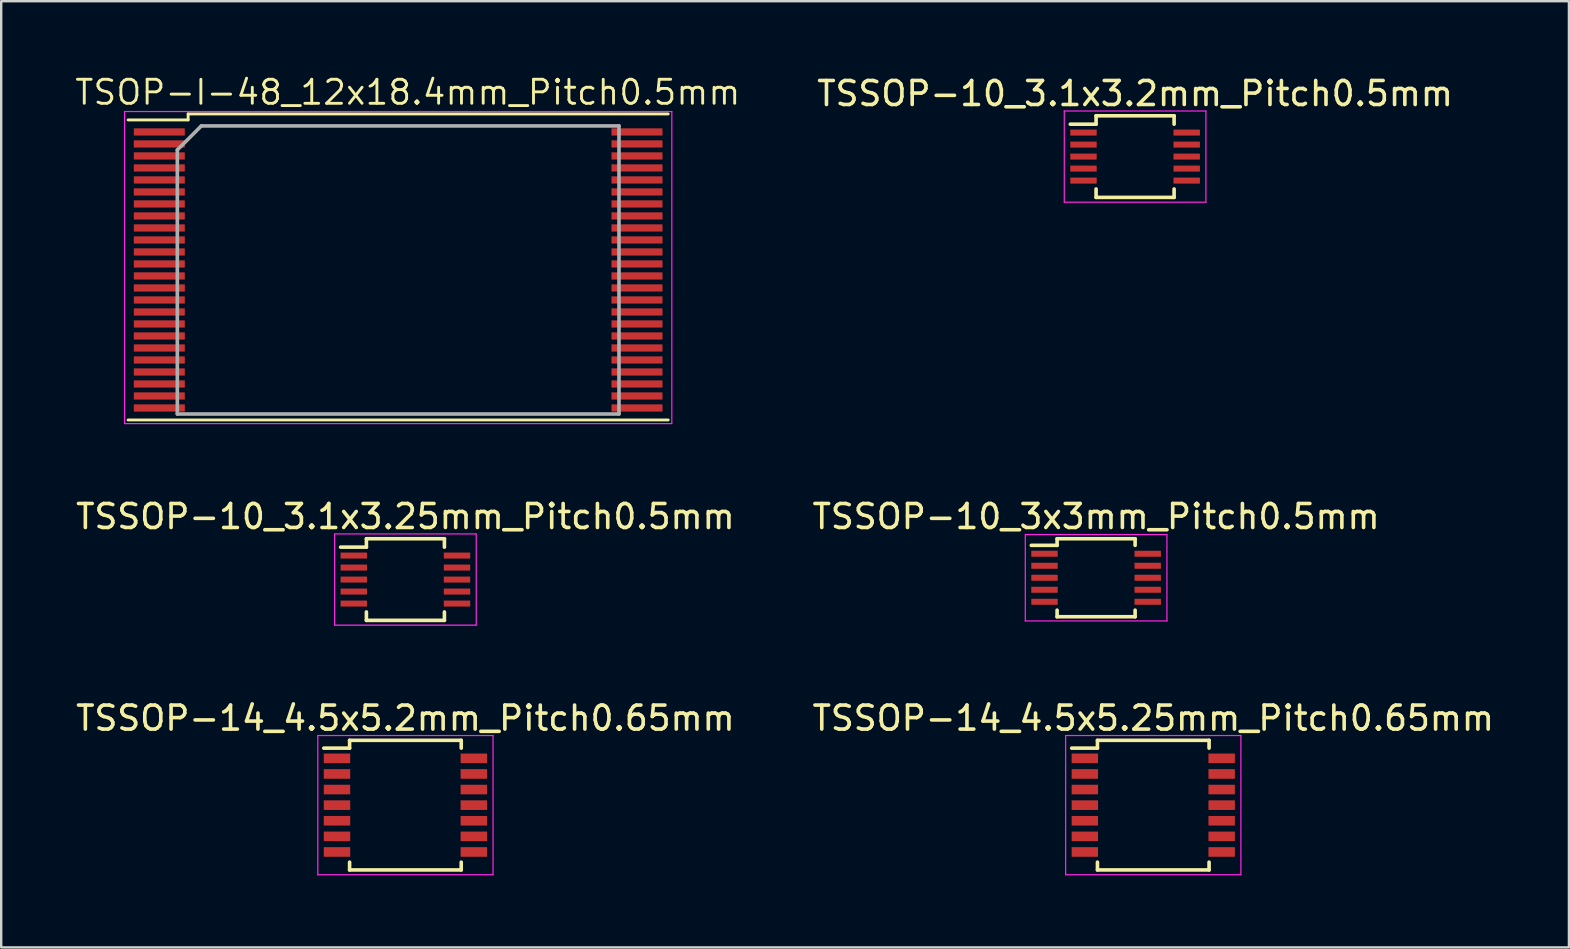
<source format=kicad_pcb>
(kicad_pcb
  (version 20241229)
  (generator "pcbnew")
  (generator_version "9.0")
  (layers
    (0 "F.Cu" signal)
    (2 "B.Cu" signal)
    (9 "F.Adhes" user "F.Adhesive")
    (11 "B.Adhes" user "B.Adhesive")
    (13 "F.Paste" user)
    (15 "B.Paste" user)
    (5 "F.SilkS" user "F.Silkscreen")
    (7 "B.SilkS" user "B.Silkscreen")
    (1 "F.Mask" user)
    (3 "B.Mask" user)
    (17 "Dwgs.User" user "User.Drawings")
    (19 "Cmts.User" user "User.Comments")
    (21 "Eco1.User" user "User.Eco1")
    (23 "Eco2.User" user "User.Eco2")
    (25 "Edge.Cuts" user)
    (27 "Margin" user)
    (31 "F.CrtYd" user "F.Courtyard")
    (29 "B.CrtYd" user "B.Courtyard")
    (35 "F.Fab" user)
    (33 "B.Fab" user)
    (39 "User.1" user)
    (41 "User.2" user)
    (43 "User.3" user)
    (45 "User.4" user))
  (footprint "TSOP-I-48_12x18.4mm_Pitch0.5mm"
    (layer "F.Cu")
    (at 13.537 8.196)
    (property "Reference" "TSOP-I-48_12x18.4mm_Pitch0.5mm" (at 0.4 -7.4 0) (layer "F.SilkS") (effects (font (size 1 1) (thickness 0.12))))
    (attr smd)
    (fp_line (start -11.25 -6.25) (end -8.75 -6.25) (stroke (width 0.12) (type solid)) (layer "F.SilkS"))
    (fp_line (start -11.25 6.25) (end 11.25 6.25) (stroke (width 0.12) (type solid)) (layer "F.SilkS"))
    (fp_line (start -8.75 -6.5) (end 11.25 -6.5) (stroke (width 0.12) (type solid)) (layer "F.SilkS"))
    (fp_line (start -8.75 -6.25) (end -8.75 -6.5) (stroke (width 0.12) (type solid)) (layer "F.SilkS"))
    (fp_line (start -11.4 -6.6) (end -11.4 6.4) (stroke (width 0.05) (type solid)) (layer "F.CrtYd"))
    (fp_line (start -11.4 6.4) (end 11.4 6.4) (stroke (width 0.05) (type solid)) (layer "F.CrtYd"))
    (fp_line (start 11.4 -6.6) (end -11.4 -6.6) (stroke (width 0.05) (type solid)) (layer "F.CrtYd"))
    (fp_line (start 11.4 6.4) (end 11.4 -6.6) (stroke (width 0.05) (type solid)) (layer "F.CrtYd"))
    (fp_line (start -9.2 -5) (end -8.2 -6) (stroke (width 0.15) (type solid)) (layer "F.Fab"))
    (fp_line (start -9.2 6) (end -9.2 -5) (stroke (width 0.15) (type solid)) (layer "F.Fab"))
    (fp_line (start -8.2 -6) (end 9.2 -6) (stroke (width 0.15) (type solid)) (layer "F.Fab"))
    (fp_line (start 9.2 -6) (end 9.2 6) (stroke (width 0.15) (type solid)) (layer "F.Fab"))
    (fp_line (start 9.2 6) (end -9.2 6) (stroke (width 0.15) (type solid)) (layer "F.Fab"))
    (pad "1" smd rect (at -9.95 -5.75) (size 2.124 0.3) (layers "F.Cu" "F.Mask" "F.Paste"))
    (pad "2" smd rect (at -9.95 -5.25) (size 2.124 0.3) (layers "F.Cu" "F.Mask" "F.Paste"))
    (pad "3" smd rect (at -9.95 -4.75) (size 2.124 0.3) (layers "F.Cu" "F.Mask" "F.Paste"))
    (pad "4" smd rect (at -9.95 -4.25) (size 2.124 0.3) (layers "F.Cu" "F.Mask" "F.Paste"))
    (pad "5" smd rect (at -9.95 -3.75) (size 2.124 0.3) (layers "F.Cu" "F.Mask" "F.Paste"))
    (pad "6" smd rect (at -9.95 -3.25) (size 2.124 0.3) (layers "F.Cu" "F.Mask" "F.Paste"))
    (pad "7" smd rect (at -9.95 -2.75) (size 2.124 0.3) (layers "F.Cu" "F.Mask" "F.Paste"))
    (pad "8" smd rect (at -9.95 -2.25) (size 2.124 0.3) (layers "F.Cu" "F.Mask" "F.Paste"))
    (pad "9" smd rect (at -9.95 -1.75) (size 2.124 0.3) (layers "F.Cu" "F.Mask" "F.Paste"))
    (pad "10" smd rect (at -9.95 -1.25) (size 2.124 0.3) (layers "F.Cu" "F.Mask" "F.Paste"))
    (pad "11" smd rect (at -9.95 -0.75) (size 2.124 0.3) (layers "F.Cu" "F.Mask" "F.Paste"))
    (pad "12" smd rect (at -9.95 -0.25) (size 2.124 0.3) (layers "F.Cu" "F.Mask" "F.Paste"))
    (pad "13" smd rect (at -9.95 0.25) (size 2.124 0.3) (layers "F.Cu" "F.Mask" "F.Paste"))
    (pad "14" smd rect (at -9.95 0.75) (size 2.124 0.3) (layers "F.Cu" "F.Mask" "F.Paste"))
    (pad "15" smd rect (at -9.95 1.25) (size 2.124 0.3) (layers "F.Cu" "F.Mask" "F.Paste"))
    (pad "16" smd rect (at -9.95 1.75) (size 2.124 0.3) (layers "F.Cu" "F.Mask" "F.Paste"))
    (pad "17" smd rect (at -9.95 2.25) (size 2.124 0.3) (layers "F.Cu" "F.Mask" "F.Paste"))
    (pad "18" smd rect (at -9.95 2.75) (size 2.124 0.3) (layers "F.Cu" "F.Mask" "F.Paste"))
    (pad "19" smd rect (at -9.95 3.25) (size 2.124 0.3) (layers "F.Cu" "F.Mask" "F.Paste"))
    (pad "20" smd rect (at -9.95 3.75) (size 2.124 0.3) (layers "F.Cu" "F.Mask" "F.Paste"))
    (pad "21" smd rect (at -9.95 4.25) (size 2.124 0.3) (layers "F.Cu" "F.Mask" "F.Paste"))
    (pad "22" smd rect (at -9.95 4.75) (size 2.124 0.3) (layers "F.Cu" "F.Mask" "F.Paste"))
    (pad "23" smd rect (at -9.95 5.25) (size 2.124 0.3) (layers "F.Cu" "F.Mask" "F.Paste"))
    (pad "24" smd rect (at -9.95 5.75) (size 2.124 0.3) (layers "F.Cu" "F.Mask" "F.Paste"))
    (pad "25" smd rect (at 9.95 5.75) (size 2.124 0.3) (layers "F.Cu" "F.Mask" "F.Paste"))
    (pad "26" smd rect (at 9.95 5.25) (size 2.124 0.3) (layers "F.Cu" "F.Mask" "F.Paste"))
    (pad "27" smd rect (at 9.95 4.75) (size 2.124 0.3) (layers "F.Cu" "F.Mask" "F.Paste"))
    (pad "28" smd rect (at 9.95 4.25) (size 2.124 0.3) (layers "F.Cu" "F.Mask" "F.Paste"))
    (pad "29" smd rect (at 9.95 3.75) (size 2.124 0.3) (layers "F.Cu" "F.Mask" "F.Paste"))
    (pad "30" smd rect (at 9.95 3.25) (size 2.124 0.3) (layers "F.Cu" "F.Mask" "F.Paste"))
    (pad "31" smd rect (at 9.95 2.75) (size 2.124 0.3) (layers "F.Cu" "F.Mask" "F.Paste"))
    (pad "32" smd rect (at 9.95 -2.75) (size 2.124 0.3) (layers "F.Cu" "F.Mask" "F.Paste"))
    (pad "32" smd rect (at 9.95 2.25) (size 2.124 0.3) (layers "F.Cu" "F.Mask" "F.Paste"))
    (pad "33" smd rect (at 9.95 1.75) (size 2.124 0.3) (layers "F.Cu" "F.Mask" "F.Paste"))
    (pad "34" smd rect (at 9.95 1.25) (size 2.124 0.3) (layers "F.Cu" "F.Mask" "F.Paste"))
    (pad "35" smd rect (at 9.95 0.75) (size 2.124 0.3) (layers "F.Cu" "F.Mask" "F.Paste"))
    (pad "36" smd rect (at 9.95 0.25) (size 2.124 0.3) (layers "F.Cu" "F.Mask" "F.Paste"))
    (pad "37" smd rect (at 9.95 -0.25) (size 2.124 0.3) (layers "F.Cu" "F.Mask" "F.Paste"))
    (pad "38" smd rect (at 9.95 -0.75) (size 2.124 0.3) (layers "F.Cu" "F.Mask" "F.Paste"))
    (pad "39" smd rect (at 9.95 -1.25) (size 2.124 0.3) (layers "F.Cu" "F.Mask" "F.Paste"))
    (pad "40" smd rect (at 9.95 -1.75) (size 2.124 0.3) (layers "F.Cu" "F.Mask" "F.Paste"))
    (pad "41" smd rect (at 9.95 -2.25) (size 2.124 0.3) (layers "F.Cu" "F.Mask" "F.Paste"))
    (pad "43" smd rect (at 9.95 -3.25) (size 2.124 0.3) (layers "F.Cu" "F.Mask" "F.Paste"))
    (pad "44" smd rect (at 9.95 -3.75) (size 2.124 0.3) (layers "F.Cu" "F.Mask" "F.Paste"))
    (pad "45" smd rect (at 9.95 -4.25) (size 2.124 0.3) (layers "F.Cu" "F.Mask" "F.Paste"))
    (pad "46" smd rect (at 9.95 -4.75) (size 2.124 0.3) (layers "F.Cu" "F.Mask" "F.Paste"))
    (pad "47" smd rect (at 9.95 -5.25) (size 2.124 0.3) (layers "F.Cu" "F.Mask" "F.Paste"))
    (pad "48" smd rect (at 9.95 -5.75) (size 2.124 0.3) (layers "F.Cu" "F.Mask" "F.Paste")))
  (footprint "TSSOP-10_3.1x3.25mm_Pitch0.5mm"
    (layer "F.Cu")
    (at 13.839 21.094)
    (property "Reference" "TSSOP-10_3.1x3.25mm_Pitch0.5mm" (at 0 -2.625 0) (layer "F.SilkS") (effects (font (size 1 1) (thickness 0.15))))
    (attr smd)
    (fp_line (start -1.625 -1.7) (end -1.625 -1.35) (stroke (width 0.15) (type solid)) (layer "F.SilkS"))
    (fp_line (start -1.625 -1.7) (end 1.625 -1.7) (stroke (width 0.15) (type solid)) (layer "F.SilkS"))
    (fp_line (start -1.625 -1.35) (end -2.7 -1.35) (stroke (width 0.15) (type solid)) (layer "F.SilkS"))
    (fp_line (start -1.625 1.7) (end -1.625 1.35) (stroke (width 0.15) (type solid)) (layer "F.SilkS"))
    (fp_line (start -1.625 1.7) (end 1.625 1.7) (stroke (width 0.15) (type solid)) (layer "F.SilkS"))
    (fp_line (start 1.625 -1.7) (end 1.625 -1.35) (stroke (width 0.15) (type solid)) (layer "F.SilkS"))
    (fp_line (start 1.625 1.7) (end 1.625 1.35) (stroke (width 0.15) (type solid)) (layer "F.SilkS"))
    (fp_line (start -2.95 -1.9) (end -2.95 1.9) (stroke (width 0.05) (type solid)) (layer "F.CrtYd"))
    (fp_line (start -2.95 -1.9) (end 2.95 -1.9) (stroke (width 0.05) (type solid)) (layer "F.CrtYd"))
    (fp_line (start -2.95 1.9) (end 2.95 1.9) (stroke (width 0.05) (type solid)) (layer "F.CrtYd"))
    (fp_line (start 2.95 -1.9) (end 2.95 1.9) (stroke (width 0.05) (type solid)) (layer "F.CrtYd"))
    (pad "1" smd rect (at -2.15 -1) (size 1.1 0.25) (layers "F.Cu" "F.Mask" "F.Paste"))
    (pad "2" smd rect (at -2.15 -0.5) (size 1.1 0.25) (layers "F.Cu" "F.Mask" "F.Paste"))
    (pad "3" smd rect (at -2.15 0) (size 1.1 0.25) (layers "F.Cu" "F.Mask" "F.Paste"))
    (pad "4" smd rect (at -2.15 0.5) (size 1.1 0.25) (layers "F.Cu" "F.Mask" "F.Paste"))
    (pad "5" smd rect (at -2.15 1) (size 1.1 0.25) (layers "F.Cu" "F.Mask" "F.Paste"))
    (pad "6" smd rect (at 2.15 1) (size 1.1 0.25) (layers "F.Cu" "F.Mask" "F.Paste"))
    (pad "7" smd rect (at 2.15 0.5) (size 1.1 0.25) (layers "F.Cu" "F.Mask" "F.Paste"))
    (pad "8" smd rect (at 2.15 0) (size 1.1 0.25) (layers "F.Cu" "F.Mask" "F.Paste"))
    (pad "9" smd rect (at 2.15 -0.5) (size 1.1 0.25) (layers "F.Cu" "F.Mask" "F.Paste"))
    (pad "10" smd rect (at 2.15 -1) (size 1.1 0.25) (layers "F.Cu" "F.Mask" "F.Paste")))
  (footprint "TSSOP-10_3.1x3.2mm_Pitch0.5mm"
    (layer "F.Cu")
    (at 44.237 3.473)
    (property "Reference" "TSSOP-10_3.1x3.2mm_Pitch0.5mm" (at 0 -2.625 0) (layer "F.SilkS") (effects (font (size 1 1) (thickness 0.15))))
    (attr smd)
    (fp_line (start -1.625 -1.7) (end -1.625 -1.35) (stroke (width 0.15) (type solid)) (layer "F.SilkS"))
    (fp_line (start -1.625 -1.7) (end 1.625 -1.7) (stroke (width 0.15) (type solid)) (layer "F.SilkS"))
    (fp_line (start -1.625 -1.35) (end -2.7 -1.35) (stroke (width 0.15) (type solid)) (layer "F.SilkS"))
    (fp_line (start -1.625 1.7) (end -1.625 1.35) (stroke (width 0.15) (type solid)) (layer "F.SilkS"))
    (fp_line (start -1.625 1.7) (end 1.625 1.7) (stroke (width 0.15) (type solid)) (layer "F.SilkS"))
    (fp_line (start 1.625 -1.7) (end 1.625 -1.35) (stroke (width 0.15) (type solid)) (layer "F.SilkS"))
    (fp_line (start 1.625 1.7) (end 1.625 1.35) (stroke (width 0.15) (type solid)) (layer "F.SilkS"))
    (fp_line (start -2.95 -1.9) (end -2.95 1.9) (stroke (width 0.05) (type solid)) (layer "F.CrtYd"))
    (fp_line (start -2.95 -1.9) (end 2.95 -1.9) (stroke (width 0.05) (type solid)) (layer "F.CrtYd"))
    (fp_line (start -2.95 1.9) (end 2.95 1.9) (stroke (width 0.05) (type solid)) (layer "F.CrtYd"))
    (fp_line (start 2.95 -1.9) (end 2.95 1.9) (stroke (width 0.05) (type solid)) (layer "F.CrtYd"))
    (pad "1" smd rect (at -2.15 -1) (size 1.1 0.25) (layers "F.Cu" "F.Mask" "F.Paste"))
    (pad "2" smd rect (at -2.15 -0.5) (size 1.1 0.25) (layers "F.Cu" "F.Mask" "F.Paste"))
    (pad "3" smd rect (at -2.15 0) (size 1.1 0.25) (layers "F.Cu" "F.Mask" "F.Paste"))
    (pad "4" smd rect (at -2.15 0.5) (size 1.1 0.25) (layers "F.Cu" "F.Mask" "F.Paste"))
    (pad "5" smd rect (at -2.15 1) (size 1.1 0.25) (layers "F.Cu" "F.Mask" "F.Paste"))
    (pad "6" smd rect (at 2.15 1) (size 1.1 0.25) (layers "F.Cu" "F.Mask" "F.Paste"))
    (pad "7" smd rect (at 2.15 0.5) (size 1.1 0.25) (layers "F.Cu" "F.Mask" "F.Paste"))
    (pad "8" smd rect (at 2.15 0) (size 1.1 0.25) (layers "F.Cu" "F.Mask" "F.Paste"))
    (pad "9" smd rect (at 2.15 -0.5) (size 1.1 0.25) (layers "F.Cu" "F.Mask" "F.Paste"))
    (pad "10" smd rect (at 2.15 -1) (size 1.1 0.25) (layers "F.Cu" "F.Mask" "F.Paste")))
  (footprint "TSSOP-14_4.5x5.25mm_Pitch0.65mm"
    (layer "F.Cu")
    (at 44.994 30.492)
    (property "Reference" "TSSOP-14_4.5x5.25mm_Pitch0.65mm" (at 0 -3.625 0) (layer "F.SilkS") (effects (font (size 1 1) (thickness 0.15))))
    (attr smd)
    (fp_line (start -2.325 -2.7) (end -2.325 -2.375) (stroke (width 0.15) (type solid)) (layer "F.SilkS"))
    (fp_line (start -2.325 -2.7) (end 2.325 -2.7) (stroke (width 0.15) (type solid)) (layer "F.SilkS"))
    (fp_line (start -2.325 -2.375) (end -3.4 -2.375) (stroke (width 0.15) (type solid)) (layer "F.SilkS"))
    (fp_line (start -2.325 2.7) (end -2.325 2.375) (stroke (width 0.15) (type solid)) (layer "F.SilkS"))
    (fp_line (start -2.325 2.7) (end 2.325 2.7) (stroke (width 0.15) (type solid)) (layer "F.SilkS"))
    (fp_line (start 2.325 -2.7) (end 2.325 -2.375) (stroke (width 0.15) (type solid)) (layer "F.SilkS"))
    (fp_line (start 2.325 2.7) (end 2.325 2.375) (stroke (width 0.15) (type solid)) (layer "F.SilkS"))
    (fp_line (start -3.65 -2.9) (end -3.65 2.9) (stroke (width 0.05) (type solid)) (layer "F.CrtYd"))
    (fp_line (start -3.65 -2.9) (end 3.65 -2.9) (stroke (width 0.05) (type solid)) (layer "F.CrtYd"))
    (fp_line (start -3.65 2.9) (end 3.65 2.9) (stroke (width 0.05) (type solid)) (layer "F.CrtYd"))
    (fp_line (start 3.65 -2.9) (end 3.65 2.9) (stroke (width 0.05) (type solid)) (layer "F.CrtYd"))
    (pad "1" smd rect (at -2.85 -1.95) (size 1.1 0.4) (layers "F.Cu" "F.Mask" "F.Paste"))
    (pad "2" smd rect (at -2.85 -1.3) (size 1.1 0.4) (layers "F.Cu" "F.Mask" "F.Paste"))
    (pad "3" smd rect (at -2.85 -0.65) (size 1.1 0.4) (layers "F.Cu" "F.Mask" "F.Paste"))
    (pad "4" smd rect (at -2.85 0) (size 1.1 0.4) (layers "F.Cu" "F.Mask" "F.Paste"))
    (pad "5" smd rect (at -2.85 0.65) (size 1.1 0.4) (layers "F.Cu" "F.Mask" "F.Paste"))
    (pad "6" smd rect (at -2.85 1.3) (size 1.1 0.4) (layers "F.Cu" "F.Mask" "F.Paste"))
    (pad "7" smd rect (at -2.85 1.95) (size 1.1 0.4) (layers "F.Cu" "F.Mask" "F.Paste"))
    (pad "8" smd rect (at 2.85 1.95) (size 1.1 0.4) (layers "F.Cu" "F.Mask" "F.Paste"))
    (pad "9" smd rect (at 2.85 1.3) (size 1.1 0.4) (layers "F.Cu" "F.Mask" "F.Paste"))
    (pad "10" smd rect (at 2.85 0.65) (size 1.1 0.4) (layers "F.Cu" "F.Mask" "F.Paste"))
    (pad "11" smd rect (at 2.85 0) (size 1.1 0.4) (layers "F.Cu" "F.Mask" "F.Paste"))
    (pad "12" smd rect (at 2.85 -0.65) (size 1.1 0.4) (layers "F.Cu" "F.Mask" "F.Paste"))
    (pad "13" smd rect (at 2.85 -1.3) (size 1.1 0.4) (layers "F.Cu" "F.Mask" "F.Paste"))
    (pad "14" smd rect (at 2.85 -1.95) (size 1.1 0.4) (layers "F.Cu" "F.Mask" "F.Paste")))
  (footprint "TSSOP-14_4.5x5.2mm_Pitch0.65mm"
    (layer "F.Cu")
    (at 13.839 30.492)
    (property "Reference" "TSSOP-14_4.5x5.2mm_Pitch0.65mm" (at 0 -3.625 0) (layer "F.SilkS") (effects (font (size 1 1) (thickness 0.15))))
    (attr smd)
    (fp_line (start -2.325 -2.7) (end -2.325 -2.375) (stroke (width 0.15) (type solid)) (layer "F.SilkS"))
    (fp_line (start -2.325 -2.7) (end 2.325 -2.7) (stroke (width 0.15) (type solid)) (layer "F.SilkS"))
    (fp_line (start -2.325 -2.375) (end -3.4 -2.375) (stroke (width 0.15) (type solid)) (layer "F.SilkS"))
    (fp_line (start -2.325 2.7) (end -2.325 2.375) (stroke (width 0.15) (type solid)) (layer "F.SilkS"))
    (fp_line (start -2.325 2.7) (end 2.325 2.7) (stroke (width 0.15) (type solid)) (layer "F.SilkS"))
    (fp_line (start 2.325 -2.7) (end 2.325 -2.375) (stroke (width 0.15) (type solid)) (layer "F.SilkS"))
    (fp_line (start 2.325 2.7) (end 2.325 2.375) (stroke (width 0.15) (type solid)) (layer "F.SilkS"))
    (fp_line (start -3.65 -2.9) (end -3.65 2.9) (stroke (width 0.05) (type solid)) (layer "F.CrtYd"))
    (fp_line (start -3.65 -2.9) (end 3.65 -2.9) (stroke (width 0.05) (type solid)) (layer "F.CrtYd"))
    (fp_line (start -3.65 2.9) (end 3.65 2.9) (stroke (width 0.05) (type solid)) (layer "F.CrtYd"))
    (fp_line (start 3.65 -2.9) (end 3.65 2.9) (stroke (width 0.05) (type solid)) (layer "F.CrtYd"))
    (pad "1" smd rect (at -2.85 -1.95) (size 1.1 0.4) (layers "F.Cu" "F.Mask" "F.Paste"))
    (pad "2" smd rect (at -2.85 -1.3) (size 1.1 0.4) (layers "F.Cu" "F.Mask" "F.Paste"))
    (pad "3" smd rect (at -2.85 -0.65) (size 1.1 0.4) (layers "F.Cu" "F.Mask" "F.Paste"))
    (pad "4" smd rect (at -2.85 0) (size 1.1 0.4) (layers "F.Cu" "F.Mask" "F.Paste"))
    (pad "5" smd rect (at -2.85 0.65) (size 1.1 0.4) (layers "F.Cu" "F.Mask" "F.Paste"))
    (pad "6" smd rect (at -2.85 1.3) (size 1.1 0.4) (layers "F.Cu" "F.Mask" "F.Paste"))
    (pad "7" smd rect (at -2.85 1.95) (size 1.1 0.4) (layers "F.Cu" "F.Mask" "F.Paste"))
    (pad "8" smd rect (at 2.85 1.95) (size 1.1 0.4) (layers "F.Cu" "F.Mask" "F.Paste"))
    (pad "9" smd rect (at 2.85 1.3) (size 1.1 0.4) (layers "F.Cu" "F.Mask" "F.Paste"))
    (pad "10" smd rect (at 2.85 0.65) (size 1.1 0.4) (layers "F.Cu" "F.Mask" "F.Paste"))
    (pad "11" smd rect (at 2.85 0) (size 1.1 0.4) (layers "F.Cu" "F.Mask" "F.Paste"))
    (pad "12" smd rect (at 2.85 -0.65) (size 1.1 0.4) (layers "F.Cu" "F.Mask" "F.Paste"))
    (pad "13" smd rect (at 2.85 -1.3) (size 1.1 0.4) (layers "F.Cu" "F.Mask" "F.Paste"))
    (pad "14" smd rect (at 2.85 -1.95) (size 1.1 0.4) (layers "F.Cu" "F.Mask" "F.Paste")))
  (footprint "TSSOP-10_3x3mm_Pitch0.5mm"
    (layer "F.Cu")
    (at 42.613 21.019)
    (property "Reference" "TSSOP-10_3x3mm_Pitch0.5mm" (at 0 -2.55 0) (layer "F.SilkS") (effects (font (size 1 1) (thickness 0.15))))
    (attr smd)
    (fp_line (start -1.625 -1.625) (end -1.625 -1.35) (stroke (width 0.15) (type solid)) (layer "F.SilkS"))
    (fp_line (start -1.625 -1.625) (end 1.625 -1.625) (stroke (width 0.15) (type solid)) (layer "F.SilkS"))
    (fp_line (start -1.625 -1.35) (end -2.7 -1.35) (stroke (width 0.15) (type solid)) (layer "F.SilkS"))
    (fp_line (start -1.625 1.625) (end -1.625 1.35) (stroke (width 0.15) (type solid)) (layer "F.SilkS"))
    (fp_line (start -1.625 1.625) (end 1.625 1.625) (stroke (width 0.15) (type solid)) (layer "F.SilkS"))
    (fp_line (start 1.625 -1.625) (end 1.625 -1.35) (stroke (width 0.15) (type solid)) (layer "F.SilkS"))
    (fp_line (start 1.625 1.625) (end 1.625 1.35) (stroke (width 0.15) (type solid)) (layer "F.SilkS"))
    (fp_line (start -2.95 -1.8) (end -2.95 1.8) (stroke (width 0.05) (type solid)) (layer "F.CrtYd"))
    (fp_line (start -2.95 -1.8) (end 2.95 -1.8) (stroke (width 0.05) (type solid)) (layer "F.CrtYd"))
    (fp_line (start -2.95 1.8) (end 2.95 1.8) (stroke (width 0.05) (type solid)) (layer "F.CrtYd"))
    (fp_line (start 2.95 -1.8) (end 2.95 1.8) (stroke (width 0.05) (type solid)) (layer "F.CrtYd"))
    (pad "1" smd rect (at -2.15 -1) (size 1.1 0.25) (layers "F.Cu" "F.Mask" "F.Paste"))
    (pad "2" smd rect (at -2.15 -0.5) (size 1.1 0.25) (layers "F.Cu" "F.Mask" "F.Paste"))
    (pad "3" smd rect (at -2.15 0) (size 1.1 0.25) (layers "F.Cu" "F.Mask" "F.Paste"))
    (pad "4" smd rect (at -2.15 0.5) (size 1.1 0.25) (layers "F.Cu" "F.Mask" "F.Paste"))
    (pad "5" smd rect (at -2.15 1) (size 1.1 0.25) (layers "F.Cu" "F.Mask" "F.Paste"))
    (pad "6" smd rect (at 2.15 1) (size 1.1 0.25) (layers "F.Cu" "F.Mask" "F.Paste"))
    (pad "7" smd rect (at 2.15 0.5) (size 1.1 0.25) (layers "F.Cu" "F.Mask" "F.Paste"))
    (pad "8" smd rect (at 2.15 0) (size 1.1 0.25) (layers "F.Cu" "F.Mask" "F.Paste"))
    (pad "9" smd rect (at 2.15 -0.5) (size 1.1 0.25) (layers "F.Cu" "F.Mask" "F.Paste"))
    (pad "10" smd rect (at 2.15 -1) (size 1.1 0.25) (layers "F.Cu" "F.Mask" "F.Paste")))
  (gr_rect
    (start -3 -3)
    (end 62.31 36.417)
    (stroke (width 0.1) (type default))
    (fill no)
    (layer "Edge.Cuts")))
</source>
